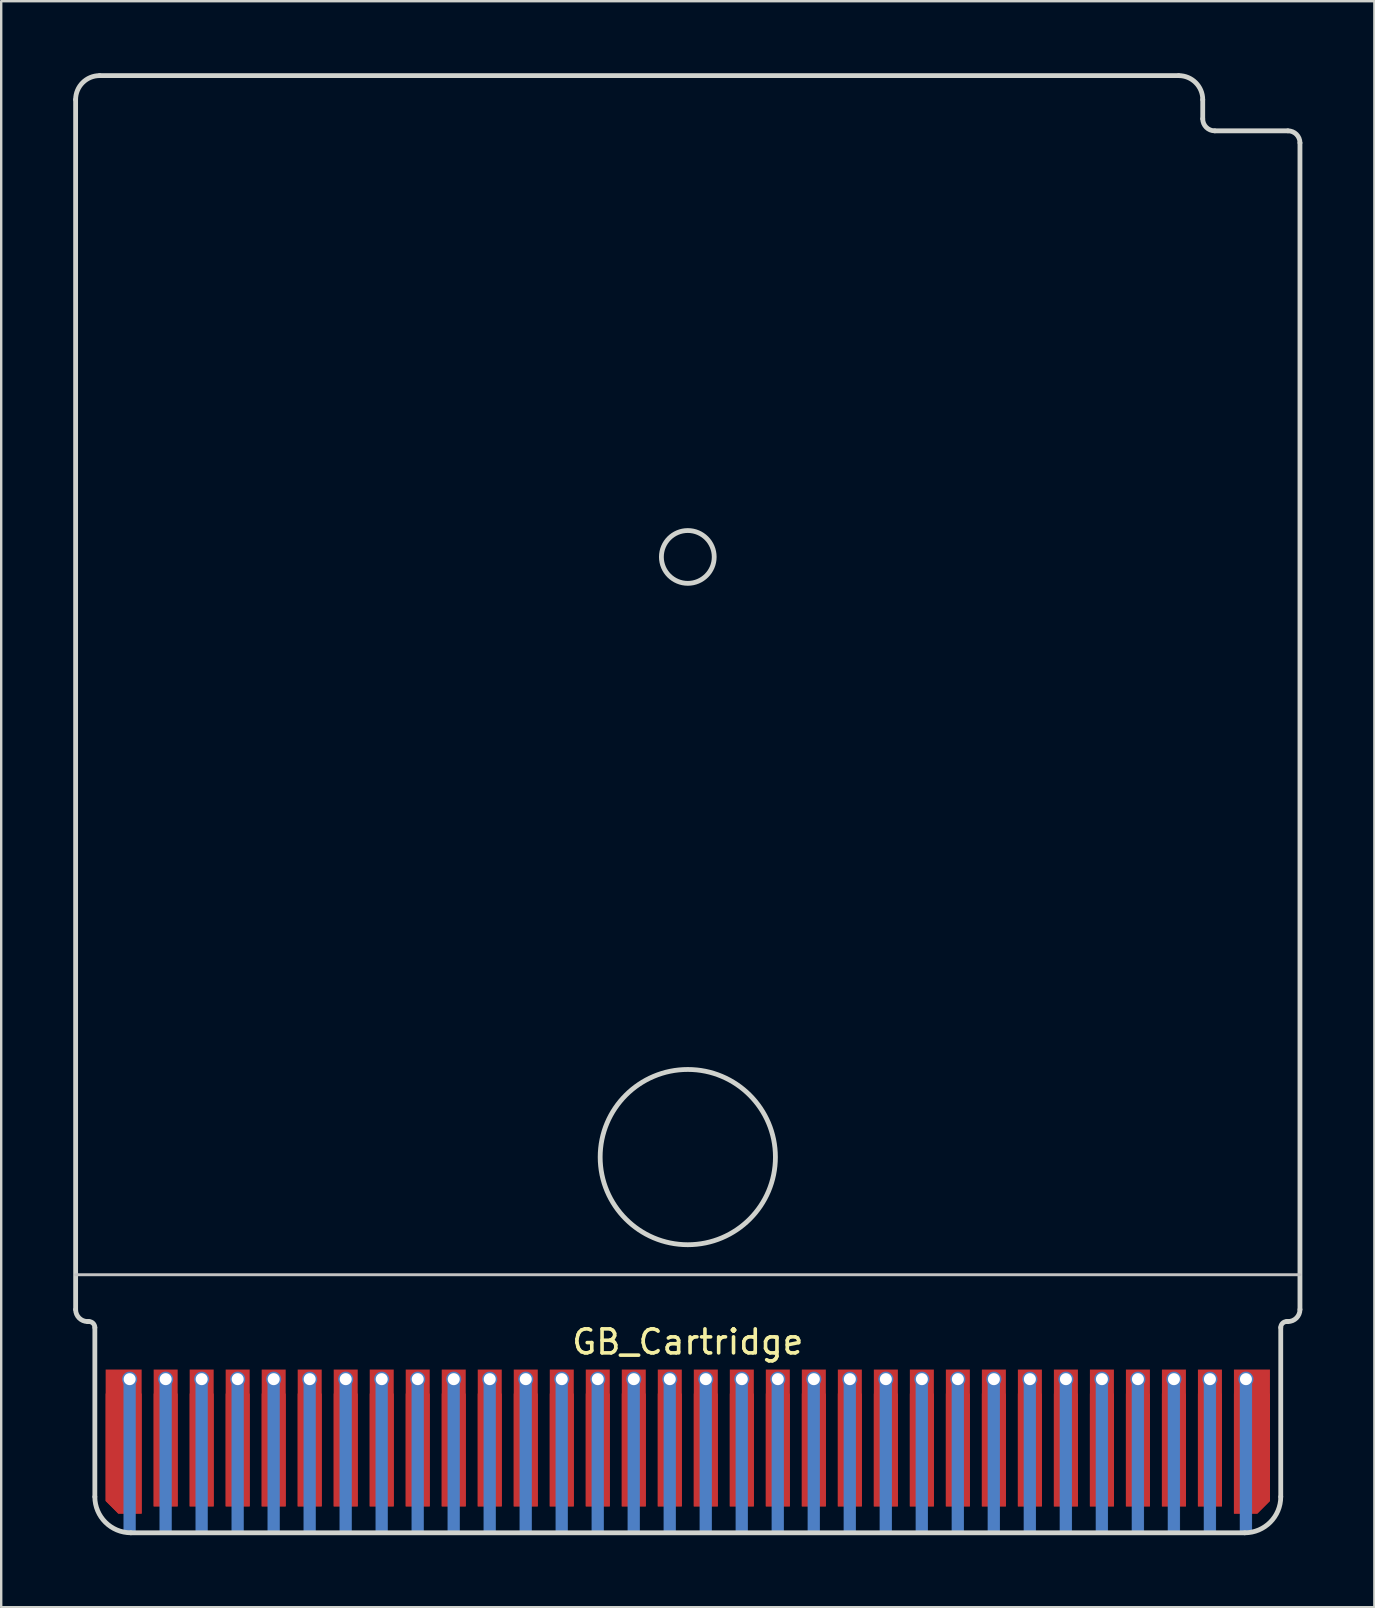
<source format=kicad_pcb>
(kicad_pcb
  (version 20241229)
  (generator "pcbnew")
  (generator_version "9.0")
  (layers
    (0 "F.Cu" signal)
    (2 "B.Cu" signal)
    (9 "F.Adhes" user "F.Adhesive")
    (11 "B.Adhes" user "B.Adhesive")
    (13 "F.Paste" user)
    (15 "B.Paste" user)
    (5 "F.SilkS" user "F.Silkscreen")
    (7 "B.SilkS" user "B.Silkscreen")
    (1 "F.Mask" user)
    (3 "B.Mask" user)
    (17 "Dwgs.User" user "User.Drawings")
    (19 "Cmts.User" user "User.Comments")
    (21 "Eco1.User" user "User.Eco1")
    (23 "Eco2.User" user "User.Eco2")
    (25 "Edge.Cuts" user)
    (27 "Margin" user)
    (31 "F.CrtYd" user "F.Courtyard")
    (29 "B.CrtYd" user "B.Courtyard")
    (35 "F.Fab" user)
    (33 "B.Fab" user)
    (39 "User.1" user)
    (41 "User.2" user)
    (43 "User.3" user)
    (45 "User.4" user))
  (footprint "GB_Cartridge"
    (layer "F.Cu")
    (at 25.601 56.85)
    (property "Reference" "GB_Cartridge" (at 0 -4 0) (unlocked yes) (layer "F.SilkS") (effects (font (size 1 1) (thickness 0.15))))
    (attr smd)
    (fp_rect (start -24.7 -1.85) (end 24.7 3.95) (stroke (width 0) (type solid)) (fill yes) (layer "F.Mask"))
    (fp_rect (start -23 -2.45) (end -23.5 3.95) (stroke (width 0.01) (type solid)) (fill yes) (layer "B.Cu"))
    (fp_rect (start -21.5 -2.45) (end -22 3.95) (stroke (width 0.01) (type solid)) (fill yes) (layer "B.Cu"))
    (fp_rect (start -20 -2.45) (end -20.5 3.95) (stroke (width 0.01) (type solid)) (fill yes) (layer "B.Cu"))
    (fp_rect (start -18.5 -2.45) (end -19 3.95) (stroke (width 0.01) (type solid)) (fill yes) (layer "B.Cu"))
    (fp_rect (start -17 -2.45) (end -17.5 3.95) (stroke (width 0.01) (type solid)) (fill yes) (layer "B.Cu"))
    (fp_rect (start -15.5 -2.45) (end -16 3.95) (stroke (width 0.01) (type solid)) (fill yes) (layer "B.Cu"))
    (fp_rect (start -14 -2.45) (end -14.5 3.95) (stroke (width 0.01) (type solid)) (fill yes) (layer "B.Cu"))
    (fp_rect (start -12.5 -2.45) (end -13 3.95) (stroke (width 0.01) (type solid)) (fill yes) (layer "B.Cu"))
    (fp_rect (start -11 -2.45) (end -11.5 3.95) (stroke (width 0.01) (type solid)) (fill yes) (layer "B.Cu"))
    (fp_rect (start -9.5 -2.45) (end -10 3.95) (stroke (width 0.01) (type solid)) (fill yes) (layer "B.Cu"))
    (fp_rect (start -8 -2.45) (end -8.5 3.95) (stroke (width 0.01) (type solid)) (fill yes) (layer "B.Cu"))
    (fp_rect (start -6.5 -2.45) (end -7 3.95) (stroke (width 0.01) (type solid)) (fill yes) (layer "B.Cu"))
    (fp_rect (start -5 -2.45) (end -5.5 3.95) (stroke (width 0.01) (type solid)) (fill yes) (layer "B.Cu"))
    (fp_rect (start -3.5 -2.45) (end -4 3.95) (stroke (width 0.01) (type solid)) (fill yes) (layer "B.Cu"))
    (fp_rect (start -2 -2.45) (end -2.5 3.95) (stroke (width 0.01) (type solid)) (fill yes) (layer "B.Cu"))
    (fp_rect (start -0.5 -2.45) (end -1 3.95) (stroke (width 0.01) (type solid)) (fill yes) (layer "B.Cu"))
    (fp_rect (start 1 -2.45) (end 0.5 3.95) (stroke (width 0.01) (type solid)) (fill yes) (layer "B.Cu"))
    (fp_rect (start 2.5 -2.45) (end 2 3.95) (stroke (width 0.01) (type solid)) (fill yes) (layer "B.Cu"))
    (fp_rect (start 4 -2.45) (end 3.5 3.95) (stroke (width 0.01) (type solid)) (fill yes) (layer "B.Cu"))
    (fp_rect (start 5.5 -2.45) (end 5 3.95) (stroke (width 0.01) (type solid)) (fill yes) (layer "B.Cu"))
    (fp_rect (start 7 -2.45) (end 6.5 3.95) (stroke (width 0.01) (type solid)) (fill yes) (layer "B.Cu"))
    (fp_rect (start 8.5 -2.45) (end 8 3.95) (stroke (width 0.01) (type solid)) (fill yes) (layer "B.Cu"))
    (fp_rect (start 10 -2.45) (end 9.5 3.95) (stroke (width 0.01) (type solid)) (fill yes) (layer "B.Cu"))
    (fp_rect (start 11.5 -2.45) (end 11 3.95) (stroke (width 0.01) (type solid)) (fill yes) (layer "B.Cu"))
    (fp_rect (start 13 -2.45) (end 12.5 3.95) (stroke (width 0.01) (type solid)) (fill yes) (layer "B.Cu"))
    (fp_rect (start 14.5 -2.45) (end 14 3.95) (stroke (width 0.01) (type solid)) (fill yes) (layer "B.Cu"))
    (fp_rect (start 16 -2.45) (end 15.5 3.95) (stroke (width 0.01) (type solid)) (fill yes) (layer "B.Cu"))
    (fp_rect (start 17.5 -2.45) (end 17 3.95) (stroke (width 0.01) (type solid)) (fill yes) (layer "B.Cu"))
    (fp_rect (start 19 -2.45) (end 18.5 3.95) (stroke (width 0.01) (type solid)) (fill yes) (layer "B.Cu"))
    (fp_rect (start 20.5 -2.45) (end 20 3.95) (stroke (width 0.01) (type solid)) (fill yes) (layer "B.Cu"))
    (fp_rect (start 22 -2.45) (end 21.5 3.95) (stroke (width 0.01) (type solid)) (fill yes) (layer "B.Cu"))
    (fp_rect (start 23.5 -2.45) (end 23 3.95) (stroke (width 0.01) (type solid)) (fill yes) (layer "B.Cu"))
    (fp_circle (center -23.25 -2.45) (end -23.012 -2.54) (stroke (width 0.12) (type solid)) (fill no) (layer "B.Cu"))
    (fp_circle (center -21.75 -2.45) (end -21.512 -2.54) (stroke (width 0.12) (type solid)) (fill no) (layer "B.Cu"))
    (fp_circle (center -20.25 -2.45) (end -20.012 -2.54) (stroke (width 0.12) (type solid)) (fill no) (layer "B.Cu"))
    (fp_circle (center -18.75 -2.45) (end -18.512 -2.54) (stroke (width 0.12) (type solid)) (fill no) (layer "B.Cu"))
    (fp_circle (center -17.25 -2.45) (end -17.012 -2.54) (stroke (width 0.12) (type solid)) (fill no) (layer "B.Cu"))
    (fp_circle (center -15.75 -2.45) (end -15.512 -2.54) (stroke (width 0.12) (type solid)) (fill no) (layer "B.Cu"))
    (fp_circle (center -14.25 -2.45) (end -14.012 -2.54) (stroke (width 0.12) (type solid)) (fill no) (layer "B.Cu"))
    (fp_circle (center -12.75 -2.45) (end -12.512 -2.54) (stroke (width 0.12) (type solid)) (fill no) (layer "B.Cu"))
    (fp_circle (center -11.25 -2.45) (end -11.012 -2.54) (stroke (width 0.12) (type solid)) (fill no) (layer "B.Cu"))
    (fp_circle (center -9.75 -2.45) (end -9.512 -2.54) (stroke (width 0.12) (type solid)) (fill no) (layer "B.Cu"))
    (fp_circle (center -8.25 -2.45) (end -8.012 -2.54) (stroke (width 0.12) (type solid)) (fill no) (layer "B.Cu"))
    (fp_circle (center -6.75 -2.45) (end -6.512 -2.54) (stroke (width 0.12) (type solid)) (fill no) (layer "B.Cu"))
    (fp_circle (center -5.25 -2.45) (end -5.012 -2.54) (stroke (width 0.12) (type solid)) (fill no) (layer "B.Cu"))
    (fp_circle (center -3.75 -2.45) (end -3.512 -2.54) (stroke (width 0.12) (type solid)) (fill no) (layer "B.Cu"))
    (fp_circle (center -2.25 -2.45) (end -2.012 -2.54) (stroke (width 0.12) (type solid)) (fill no) (layer "B.Cu"))
    (fp_circle (center -0.75 -2.45) (end -0.512 -2.54) (stroke (width 0.12) (type solid)) (fill no) (layer "B.Cu"))
    (fp_circle (center 0.75 -2.45) (end 0.988 -2.54) (stroke (width 0.12) (type solid)) (fill no) (layer "B.Cu"))
    (fp_circle (center 2.25 -2.45) (end 2.488 -2.54) (stroke (width 0.12) (type solid)) (fill no) (layer "B.Cu"))
    (fp_circle (center 3.75 -2.45) (end 3.988 -2.54) (stroke (width 0.12) (type solid)) (fill no) (layer "B.Cu"))
    (fp_circle (center 5.25 -2.45) (end 5.488 -2.54) (stroke (width 0.12) (type solid)) (fill no) (layer "B.Cu"))
    (fp_circle (center 6.75 -2.45) (end 6.988 -2.54) (stroke (width 0.12) (type solid)) (fill no) (layer "B.Cu"))
    (fp_circle (center 8.25 -2.45) (end 8.488 -2.54) (stroke (width 0.12) (type solid)) (fill no) (layer "B.Cu"))
    (fp_circle (center 9.75 -2.45) (end 9.988 -2.54) (stroke (width 0.12) (type solid)) (fill no) (layer "B.Cu"))
    (fp_circle (center 11.25 -2.45) (end 11.488 -2.54) (stroke (width 0.12) (type solid)) (fill no) (layer "B.Cu"))
    (fp_circle (center 12.75 -2.45) (end 12.988 -2.54) (stroke (width 0.12) (type solid)) (fill no) (layer "B.Cu"))
    (fp_circle (center 14.25 -2.45) (end 14.488 -2.54) (stroke (width 0.12) (type solid)) (fill no) (layer "B.Cu"))
    (fp_circle (center 15.75 -2.45) (end 15.988 -2.54) (stroke (width 0.12) (type solid)) (fill no) (layer "B.Cu"))
    (fp_circle (center 17.25 -2.45) (end 17.488 -2.54) (stroke (width 0.12) (type solid)) (fill no) (layer "B.Cu"))
    (fp_circle (center 18.75 -2.45) (end 18.988 -2.54) (stroke (width 0.12) (type solid)) (fill no) (layer "B.Cu"))
    (fp_circle (center 20.25 -2.45) (end 20.488 -2.54) (stroke (width 0.12) (type solid)) (fill no) (layer "B.Cu"))
    (fp_circle (center 21.75 -2.45) (end 21.988 -2.54) (stroke (width 0.12) (type solid)) (fill no) (layer "B.Cu"))
    (fp_circle (center 23.25 -2.45) (end 23.488 -2.54) (stroke (width 0.12) (type solid)) (fill no) (layer "B.Cu"))
    (fp_rect (start -24.7 3.95) (end -23.8 -1.85) (stroke (width 0.01) (type solid)) (fill yes) (layer "B.Mask"))
    (fp_rect (start -22.7 3.95) (end -22.3 -1.85) (stroke (width 0.01) (type solid)) (fill yes) (layer "B.Mask"))
    (fp_rect (start -21.2 3.95) (end -20.8 -1.85) (stroke (width 0.01) (type solid)) (fill yes) (layer "B.Mask"))
    (fp_rect (start -19.7 3.95) (end -19.3 -1.85) (stroke (width 0.01) (type solid)) (fill yes) (layer "B.Mask"))
    (fp_rect (start -18.2 3.95) (end -17.8 -1.85) (stroke (width 0.01) (type solid)) (fill yes) (layer "B.Mask"))
    (fp_rect (start -16.7 3.95) (end -16.3 -1.85) (stroke (width 0.01) (type solid)) (fill yes) (layer "B.Mask"))
    (fp_rect (start -15.2 3.95) (end -14.8 -1.85) (stroke (width 0.01) (type solid)) (fill yes) (layer "B.Mask"))
    (fp_rect (start -13.7 3.95) (end -13.3 -1.85) (stroke (width 0.01) (type solid)) (fill yes) (layer "B.Mask"))
    (fp_rect (start -12.2 3.95) (end -11.8 -1.85) (stroke (width 0.01) (type solid)) (fill yes) (layer "B.Mask"))
    (fp_rect (start -10.7 3.95) (end -10.3 -1.85) (stroke (width 0.01) (type solid)) (fill yes) (layer "B.Mask"))
    (fp_rect (start -9.2 3.95) (end -8.8 -1.85) (stroke (width 0.01) (type solid)) (fill yes) (layer "B.Mask"))
    (fp_rect (start -7.7 3.95) (end -7.3 -1.85) (stroke (width 0.01) (type solid)) (fill yes) (layer "B.Mask"))
    (fp_rect (start -6.2 3.95) (end -5.8 -1.85) (stroke (width 0.01) (type solid)) (fill yes) (layer "B.Mask"))
    (fp_rect (start -4.7 3.95) (end -4.3 -1.85) (stroke (width 0.01) (type solid)) (fill yes) (layer "B.Mask"))
    (fp_rect (start -3.2 3.95) (end -2.8 -1.85) (stroke (width 0.01) (type solid)) (fill yes) (layer "B.Mask"))
    (fp_rect (start -1.7 3.95) (end -1.3 -1.85) (stroke (width 0.01) (type solid)) (fill yes) (layer "B.Mask"))
    (fp_rect (start -0.2 3.95) (end 0.2 -1.85) (stroke (width 0.01) (type solid)) (fill yes) (layer "B.Mask"))
    (fp_rect (start 1.3 3.95) (end 1.7 -1.85) (stroke (width 0.01) (type solid)) (fill yes) (layer "B.Mask"))
    (fp_rect (start 2.8 3.95) (end 3.2 -1.85) (stroke (width 0.01) (type solid)) (fill yes) (layer "B.Mask"))
    (fp_rect (start 4.3 3.95) (end 4.7 -1.85) (stroke (width 0.01) (type solid)) (fill yes) (layer "B.Mask"))
    (fp_rect (start 5.8 3.95) (end 6.2 -1.85) (stroke (width 0.01) (type solid)) (fill yes) (layer "B.Mask"))
    (fp_rect (start 7.3 3.95) (end 7.7 -1.85) (stroke (width 0.01) (type solid)) (fill yes) (layer "B.Mask"))
    (fp_rect (start 8.8 3.95) (end 9.2 -1.85) (stroke (width 0.01) (type solid)) (fill yes) (layer "B.Mask"))
    (fp_rect (start 10.3 3.95) (end 10.7 -1.85) (stroke (width 0.01) (type solid)) (fill yes) (layer "B.Mask"))
    (fp_rect (start 11.8 3.95) (end 12.2 -1.85) (stroke (width 0.01) (type solid)) (fill yes) (layer "B.Mask"))
    (fp_rect (start 13.3 3.95) (end 13.7 -1.85) (stroke (width 0.01) (type solid)) (fill yes) (layer "B.Mask"))
    (fp_rect (start 14.8 3.95) (end 15.2 -1.85) (stroke (width 0.01) (type solid)) (fill yes) (layer "B.Mask"))
    (fp_rect (start 16.3 3.95) (end 16.7 -1.85) (stroke (width 0.01) (type solid)) (fill yes) (layer "B.Mask"))
    (fp_rect (start 17.8 3.95) (end 18.2 -1.85) (stroke (width 0.01) (type solid)) (fill yes) (layer "B.Mask"))
    (fp_rect (start 19.3 3.95) (end 19.7 -1.85) (stroke (width 0.01) (type solid)) (fill yes) (layer "B.Mask"))
    (fp_rect (start 20.8 3.95) (end 21.2 -1.85) (stroke (width 0.01) (type solid)) (fill yes) (layer "B.Mask"))
    (fp_rect (start 22.3 3.95) (end 22.7 -1.85) (stroke (width 0.01) (type solid)) (fill yes) (layer "B.Mask"))
    (fp_rect (start 24.7 3.95) (end 23.8 -1.85) (stroke (width 0.01) (type solid)) (fill yes) (layer "B.Mask"))
    (fp_line (start -25.5 -6.8) (end 25.5 -6.8) (stroke (width 0.12) (type solid)) (layer "Dwgs.User"))
    (fp_line (start -25.501 -55.75) (end -25.5 -5.35) (stroke (width 0.2) (type solid)) (layer "Edge.Cuts"))
    (fp_line (start -24.95 -4.85) (end -25 -4.85) (stroke (width 0.2) (type solid)) (layer "Edge.Cuts"))
    (fp_line (start -24.7 2.45) (end -24.7 -4.6) (stroke (width 0.2) (type solid)) (layer "Edge.Cuts"))
    (fp_line (start -23.2 3.95) (end 23.2 3.95) (stroke (width 0.2) (type solid)) (layer "Edge.Cuts"))
    (fp_line (start 20.45 -56.75) (end -24.501 -56.75) (stroke (width 0.2) (type solid)) (layer "Edge.Cuts"))
    (fp_line (start 21.45 -55.75) (end 21.45 -54.95) (stroke (width 0.2) (type solid)) (layer "Edge.Cuts"))
    (fp_line (start 24.7 2.45) (end 24.7 -4.6) (stroke (width 0.2) (type solid)) (layer "Edge.Cuts"))
    (fp_line (start 25 -54.45) (end 21.95 -54.45) (stroke (width 0.2) (type solid)) (layer "Edge.Cuts"))
    (fp_line (start 25 -4.85) (end 24.95 -4.85) (stroke (width 0.2) (type solid)) (layer "Edge.Cuts"))
    (fp_line (start 25.5 -5.35) (end 25.5 -53.95) (stroke (width 0.2) (type solid)) (layer "Edge.Cuts"))
    (fp_arc (start -25.501 -55.75) (mid -25.208107 -56.457107) (end -24.501 -56.75) (stroke (width 0.2) (type solid)) (layer "Edge.Cuts"))
    (fp_arc (start -25 -4.85) (mid -25.353553 -4.996447) (end -25.5 -5.35) (stroke (width 0.2) (type solid)) (layer "Edge.Cuts"))
    (fp_arc (start -24.95 -4.85) (mid -24.773223 -4.776777) (end -24.7 -4.6) (stroke (width 0.2) (type solid)) (layer "Edge.Cuts"))
    (fp_arc (start -23.199561 3.949559) (mid -24.260349 3.510529) (end -24.699998 2.449998) (stroke (width 0.2) (type solid)) (layer "Edge.Cuts"))
    (fp_arc (start 20.45 -56.75) (mid 21.157107 -56.457107) (end 21.45 -55.75) (stroke (width 0.2) (type solid)) (layer "Edge.Cuts"))
    (fp_arc (start 21.95 -54.45) (mid 21.596447 -54.596447) (end 21.45 -54.95) (stroke (width 0.2) (type solid)) (layer "Edge.Cuts"))
    (fp_arc (start 24.7 -4.6) (mid 24.773223 -4.776777) (end 24.95 -4.85) (stroke (width 0.2) (type solid)) (layer "Edge.Cuts"))
    (fp_arc (start 24.700002 2.449998) (mid 24.260972 3.510786) (end 23.200441 3.950435) (stroke (width 0.2) (type solid)) (layer "Edge.Cuts"))
    (fp_arc (start 25 -54.45) (mid 25.353553 -54.303553) (end 25.5 -53.95) (stroke (width 0.2) (type solid)) (layer "Edge.Cuts"))
    (fp_arc (start 25.5 -5.35) (mid 25.353553 -4.996447) (end 25 -4.85) (stroke (width 0.2) (type solid)) (layer "Edge.Cuts"))
    (fp_circle (center 0 -36.7) (end 1.1 -36.7) (stroke (width 0.2) (type solid)) (fill no) (layer "Edge.Cuts"))
    (fp_circle (center 0 -11.7) (end 3.65 -11.7) (stroke (width 0.2) (type solid)) (fill no) (layer "Edge.Cuts"))
    (pad "" smd roundrect (at -23.5 0.65) (size 1.5 5) (layers "F.Cu" "F.Mask") (roundrect_rratio 0) (chamfer_ratio 0.35) (chamfer bottom_left))
    (pad "" smd rect (at -21.75 0.5 180) (size 1 4.7) (layers "F.Cu" "F.Mask"))
    (pad "" smd rect (at -20.25 0.5 180) (size 1 4.7) (layers "F.Cu" "F.Mask"))
    (pad "" smd rect (at -18.75 0.5 180) (size 1 4.7) (layers "F.Cu" "F.Mask"))
    (pad "" smd rect (at -17.25 0.5 180) (size 1 4.7) (layers "F.Cu" "F.Mask"))
    (pad "" smd rect (at -15.75 0.5 180) (size 1 4.7) (layers "F.Cu" "F.Mask"))
    (pad "" smd rect (at -14.25 0.5 180) (size 1 4.7) (layers "F.Cu" "F.Mask"))
    (pad "" smd rect (at -12.75 0.5 180) (size 1 4.7) (layers "F.Cu" "F.Mask"))
    (pad "" smd rect (at -11.25 0.5 180) (size 1 4.7) (layers "F.Cu" "F.Mask"))
    (pad "" smd rect (at -9.75 0.5 180) (size 1 4.7) (layers "F.Cu" "F.Mask"))
    (pad "" smd rect (at -8.25 0.5 180) (size 1 4.7) (layers "F.Cu" "F.Mask"))
    (pad "" smd rect (at -6.75 0.5 180) (size 1 4.7) (layers "F.Cu" "F.Mask"))
    (pad "" smd rect (at -5.25 0.5 180) (size 1 4.7) (layers "F.Cu" "F.Mask"))
    (pad "" smd rect (at -3.75 0.5 180) (size 1 4.7) (layers "F.Cu" "F.Mask"))
    (pad "" smd rect (at -2.25 0.5 180) (size 1 4.7) (layers "F.Cu" "F.Mask"))
    (pad "" smd rect (at -0.75 0.5) (size 1 4.7) (layers "F.Cu" "F.Mask"))
    (pad "" smd rect (at 0.75 0.5 180) (size 1 4.7) (layers "F.Cu" "F.Mask"))
    (pad "" smd rect (at 2.25 0.5 180) (size 1 4.7) (layers "F.Cu" "F.Mask"))
    (pad "" smd rect (at 3.75 0.5 180) (size 1 4.7) (layers "F.Cu" "F.Mask"))
    (pad "" smd rect (at 5.25 0.5 180) (size 1 4.7) (layers "F.Cu" "F.Mask"))
    (pad "" smd rect (at 6.75 0.5 180) (size 1 4.7) (layers "F.Cu" "F.Mask"))
    (pad "" smd rect (at 8.25 0.5 180) (size 1 4.7) (layers "F.Cu" "F.Mask"))
    (pad "" smd rect (at 9.75 0.5 180) (size 1 4.7) (layers "F.Cu" "F.Mask"))
    (pad "" smd rect (at 11.25 0.5 180) (size 1 4.7) (layers "F.Cu" "F.Mask"))
    (pad "" smd rect (at 12.75 0.5 180) (size 1 4.7) (layers "F.Cu" "F.Mask"))
    (pad "" smd rect (at 14.25 0.5 180) (size 1 4.7) (layers "F.Cu" "F.Mask"))
    (pad "" smd rect (at 15.75 0.5 180) (size 1 4.7) (layers "F.Cu" "F.Mask"))
    (pad "" smd rect (at 17.25 0.5 180) (size 1 4.7) (layers "F.Cu" "F.Mask"))
    (pad "" smd rect (at 18.75 0.5 180) (size 1 4.7) (layers "F.Cu" "F.Mask"))
    (pad "" smd rect (at 20.25 0.5 180) (size 1 4.7) (layers "F.Cu" "F.Mask"))
    (pad "" smd rect (at 21.75 0.5 180) (size 1 4.7) (layers "F.Cu" "F.Mask"))
    (pad "" smd roundrect (at 23.5 0.65) (size 1.5 5) (layers "F.Cu" "F.Mask" "F.Paste") (roundrect_rratio 0) (chamfer_ratio 0.35) (chamfer bottom_right))
    (pad "1" smd roundrect (at -23.5 0.15) (size 1.5 6) (layers "F.Cu" "F.Paste") (roundrect_rratio 0) (chamfer_ratio 0.35) (chamfer bottom_left))
    (pad "1" thru_hole circle (at -23.25 -2.45 180) (size 0.55 0.55) (drill 0.5) (layers "*.Cu" "*.Mask"))
    (pad "2" thru_hole circle (at -21.75 -2.45 180) (size 0.55 0.55) (drill 0.5) (layers "*.Cu" "*.Mask"))
    (pad "2" smd rect (at -21.75 0 180) (size 1 5.7) (layers "F.Cu" "F.Paste"))
    (pad "3" thru_hole circle (at -20.25 -2.45 180) (size 0.55 0.55) (drill 0.5) (layers "*.Cu" "*.Mask"))
    (pad "3" smd rect (at -20.25 0 180) (size 1 5.7) (layers "F.Cu" "F.Paste"))
    (pad "4" thru_hole circle (at -18.75 -2.45 180) (size 0.55 0.55) (drill 0.5) (layers "*.Cu" "*.Mask"))
    (pad "4" smd rect (at -18.75 0 180) (size 1 5.7) (layers "F.Cu" "F.Paste"))
    (pad "5" thru_hole circle (at -17.25 -2.45 180) (size 0.55 0.55) (drill 0.5) (layers "*.Cu" "*.Mask"))
    (pad "5" smd rect (at -17.25 0 180) (size 1 5.7) (layers "F.Cu" "F.Paste"))
    (pad "6" thru_hole circle (at -15.75 -2.45 180) (size 0.55 0.55) (drill 0.5) (layers "*.Cu" "*.Mask"))
    (pad "6" smd rect (at -15.75 0 180) (size 1 5.7) (layers "F.Cu" "F.Paste"))
    (pad "7" thru_hole circle (at -14.25 -2.45 180) (size 0.55 0.55) (drill 0.5) (layers "*.Cu" "*.Mask"))
    (pad "7" smd rect (at -14.25 0 180) (size 1 5.7) (layers "F.Cu" "F.Paste"))
    (pad "8" thru_hole circle (at -12.75 -2.45 180) (size 0.55 0.55) (drill 0.5) (layers "*.Cu" "*.Mask"))
    (pad "8" smd rect (at -12.75 0 180) (size 1 5.7) (layers "F.Cu" "F.Paste"))
    (pad "9" thru_hole circle (at -11.25 -2.45 180) (size 0.55 0.55) (drill 0.5) (layers "*.Cu" "*.Mask"))
    (pad "9" smd rect (at -11.25 0 180) (size 1 5.7) (layers "F.Cu" "F.Paste"))
    (pad "10" thru_hole circle (at -9.75 -2.45 180) (size 0.55 0.55) (drill 0.5) (layers "*.Cu" "*.Mask"))
    (pad "10" smd rect (at -9.75 0 180) (size 1 5.7) (layers "F.Cu" "F.Paste"))
    (pad "11" thru_hole circle (at -8.25 -2.45 180) (size 0.55 0.55) (drill 0.5) (layers "*.Cu" "*.Mask"))
    (pad "11" smd rect (at -8.25 0 180) (size 1 5.7) (layers "F.Cu" "F.Paste"))
    (pad "12" thru_hole circle (at -6.75 -2.45 180) (size 0.55 0.55) (drill 0.5) (layers "*.Cu" "*.Mask"))
    (pad "12" smd rect (at -6.75 0 180) (size 1 5.7) (layers "F.Cu" "F.Paste"))
    (pad "13" thru_hole circle (at -5.25 -2.45 180) (size 0.55 0.55) (drill 0.5) (layers "*.Cu" "*.Mask"))
    (pad "13" smd rect (at -5.25 0 180) (size 1 5.7) (layers "F.Cu" "F.Paste"))
    (pad "14" thru_hole circle (at -3.75 -2.45 180) (size 0.55 0.55) (drill 0.5) (layers "*.Cu" "*.Mask"))
    (pad "14" smd rect (at -3.75 0 180) (size 1 5.7) (layers "F.Cu" "F.Paste"))
    (pad "15" thru_hole circle (at -2.25 -2.45 180) (size 0.55 0.55) (drill 0.5) (layers "*.Cu" "*.Mask"))
    (pad "15" smd rect (at -2.25 0 180) (size 1 5.7) (layers "F.Cu" "F.Paste"))
    (pad "16" thru_hole circle (at -0.75 -2.45 180) (size 0.55 0.55) (drill 0.5) (layers "*.Cu" "*.Mask"))
    (pad "16" smd rect (at -0.75 0) (size 1 5.7) (layers "F.Cu" "F.Paste"))
    (pad "17" thru_hole circle (at 0.75 -2.45 180) (size 0.55 0.55) (drill 0.5) (layers "*.Cu" "*.Mask"))
    (pad "17" smd rect (at 0.75 0 180) (size 1 5.7) (layers "F.Cu" "F.Paste"))
    (pad "18" thru_hole circle (at 2.25 -2.45 180) (size 0.55 0.55) (drill 0.5) (layers "*.Cu" "*.Mask"))
    (pad "18" smd rect (at 2.25 0 180) (size 1 5.7) (layers "F.Cu" "F.Paste"))
    (pad "19" thru_hole circle (at 3.75 -2.45 180) (size 0.55 0.55) (drill 0.5) (layers "*.Cu" "*.Mask"))
    (pad "19" smd rect (at 3.75 0 180) (size 1 5.7) (layers "F.Cu" "F.Paste"))
    (pad "20" thru_hole circle (at 5.25 -2.45 180) (size 0.55 0.55) (drill 0.5) (layers "*.Cu" "*.Mask"))
    (pad "20" smd rect (at 5.25 0 180) (size 1 5.7) (layers "F.Cu" "F.Paste"))
    (pad "21" thru_hole circle (at 6.75 -2.45 180) (size 0.55 0.55) (drill 0.5) (layers "*.Cu" "*.Mask"))
    (pad "21" smd rect (at 6.75 0 180) (size 1 5.7) (layers "F.Cu" "F.Paste"))
    (pad "22" thru_hole circle (at 8.25 -2.45 180) (size 0.55 0.55) (drill 0.5) (layers "*.Cu" "*.Mask"))
    (pad "22" smd rect (at 8.25 0 180) (size 1 5.7) (layers "F.Cu" "F.Paste"))
    (pad "23" thru_hole circle (at 9.75 -2.45 180) (size 0.55 0.55) (drill 0.5) (layers "*.Cu" "*.Mask"))
    (pad "23" smd rect (at 9.75 0 180) (size 1 5.7) (layers "F.Cu" "F.Paste"))
    (pad "24" thru_hole circle (at 11.25 -2.45 180) (size 0.55 0.55) (drill 0.5) (layers "*.Cu" "*.Mask"))
    (pad "24" smd rect (at 11.25 0 180) (size 1 5.7) (layers "F.Cu" "F.Paste"))
    (pad "25" thru_hole circle (at 12.75 -2.45 180) (size 0.55 0.55) (drill 0.5) (layers "*.Cu" "*.Mask"))
    (pad "25" smd rect (at 12.75 0 180) (size 1 5.7) (layers "F.Cu" "F.Paste"))
    (pad "26" thru_hole circle (at 14.25 -2.45 180) (size 0.55 0.55) (drill 0.5) (layers "*.Cu" "*.Mask"))
    (pad "26" smd rect (at 14.25 0 180) (size 1 5.7) (layers "F.Cu" "F.Paste"))
    (pad "27" thru_hole circle (at 15.75 -2.45 180) (size 0.55 0.55) (drill 0.5) (layers "*.Cu" "*.Mask"))
    (pad "27" smd rect (at 15.75 0 180) (size 1 5.7) (layers "F.Cu" "F.Paste"))
    (pad "28" thru_hole circle (at 17.25 -2.45 180) (size 0.55 0.55) (drill 0.5) (layers "*.Cu" "*.Mask"))
    (pad "28" smd rect (at 17.25 0 180) (size 1 5.7) (layers "F.Cu" "F.Paste"))
    (pad "29" thru_hole circle (at 18.75 -2.45 180) (size 0.55 0.55) (drill 0.5) (layers "*.Cu" "*.Mask"))
    (pad "29" smd rect (at 18.75 0 180) (size 1 5.7) (layers "F.Cu" "F.Paste"))
    (pad "30" thru_hole circle (at 20.25 -2.45 180) (size 0.55 0.55) (drill 0.5) (layers "*.Cu" "*.Mask"))
    (pad "30" smd rect (at 20.25 0 180) (size 1 5.7) (layers "F.Cu" "F.Paste"))
    (pad "31" thru_hole circle (at 21.75 -2.45 180) (size 0.55 0.55) (drill 0.5) (layers "*.Cu" "*.Mask"))
    (pad "31" smd rect (at 21.75 0 180) (size 1 5.7) (layers "F.Cu" "F.Paste"))
    (pad "32" thru_hole circle (at 23.25 -2.45 180) (size 0.55 0.55) (drill 0.5) (layers "*.Cu" "*.Mask"))
    (pad "32" smd roundrect (at 23.5 0.15) (size 1.5 6) (layers "F.Cu" "F.Paste") (roundrect_rratio 0) (chamfer_ratio 0.35) (chamfer bottom_right)))
  (gr_rect
    (start -3 -3)
    (end 54.201 63.9)
    (stroke (width 0.1) (type default))
    (fill no)
    (layer "Edge.Cuts")))
</source>
